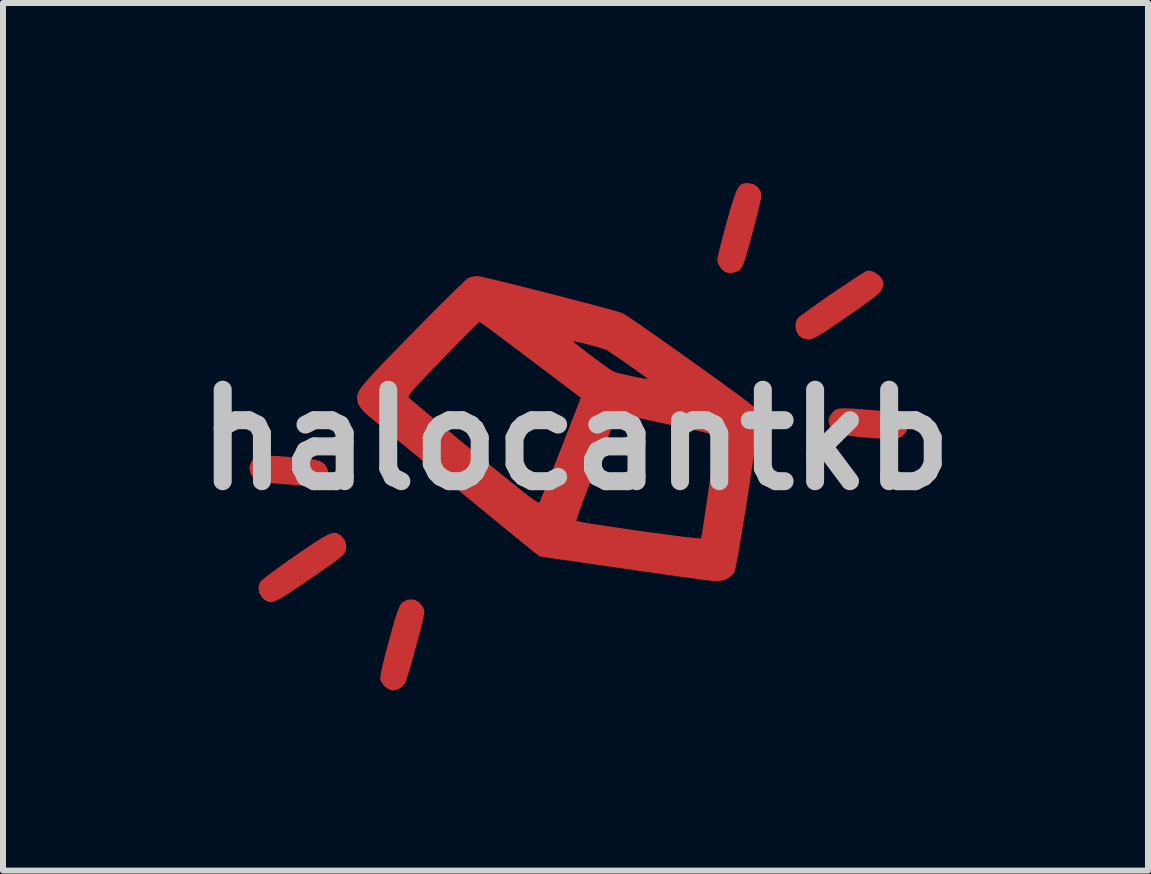
<source format=kicad_pcb>
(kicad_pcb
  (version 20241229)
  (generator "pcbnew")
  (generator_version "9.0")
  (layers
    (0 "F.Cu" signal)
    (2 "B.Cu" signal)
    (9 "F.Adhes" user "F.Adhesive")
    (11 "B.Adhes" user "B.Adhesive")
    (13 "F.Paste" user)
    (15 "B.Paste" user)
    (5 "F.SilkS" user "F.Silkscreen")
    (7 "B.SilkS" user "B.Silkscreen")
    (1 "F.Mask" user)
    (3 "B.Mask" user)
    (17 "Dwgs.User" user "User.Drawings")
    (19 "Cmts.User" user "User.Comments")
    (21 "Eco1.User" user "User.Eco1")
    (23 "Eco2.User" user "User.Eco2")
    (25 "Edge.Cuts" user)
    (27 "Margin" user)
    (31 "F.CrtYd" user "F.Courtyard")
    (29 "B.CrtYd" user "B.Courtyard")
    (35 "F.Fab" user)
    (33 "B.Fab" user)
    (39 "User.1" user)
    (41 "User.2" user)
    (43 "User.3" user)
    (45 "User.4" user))
  (footprint "halocantkb"
    (layer "F.Cu")
    (at 6.539 4.278)
    (property "Reference" "halocantkb" (at 0 0 0) (layer "Dwgs.User") (effects (font (size 1.524 1.524) (thickness 0.3))))
    (attr board_only exclude_from_pos_files exclude_from_bom)
    (fp_poly (pts (xy -5.013 0.268) (xy -4.837 0.28) (xy -4.764 0.286) (xy -4.582 0.301) (xy -4.443 0.316) (xy -4.34 0.333) (xy -4.265 0.353) (xy -4.212 0.379) (xy -4.175 0.412) (xy -4.147 0.455) (xy -4.135 0.477) (xy -4.118 0.561) (xy -4.14 0.641) (xy -4.195 0.711) (xy -4.272 0.762) (xy -4.362 0.786) (xy -4.458 0.776) (xy -4.463 0.775) (xy -4.495 0.77) (xy -4.567 0.763) (xy -4.67 0.754) (xy -4.797 0.743) (xy -4.893 0.736) (xy -5.043 0.724) (xy -5.152 0.715) (xy -5.229 0.705) (xy -5.281 0.693) (xy -5.317 0.678) (xy -5.345 0.658) (xy -5.366 0.637) (xy -5.419 0.555) (xy -5.433 0.462) (xy -5.41 0.374) (xy -5.353 0.302) (xy -5.296 0.269) (xy -5.246 0.263) (xy -5.151 0.262)) (stroke (width 0) (type solid)) (fill yes) (layer "F.Cu"))
    (fp_poly (pts (xy 2.97 -4.258) (xy 3.045 -4.203) (xy 3.09 -4.126) (xy 3.098 -4.075) (xy 3.092 -4.031) (xy 3.074 -3.949) (xy 3.048 -3.836) (xy 3.014 -3.702) (xy 2.976 -3.554) (xy 2.936 -3.402) (xy 2.896 -3.254) (xy 2.857 -3.119) (xy 2.823 -3.004) (xy 2.812 -2.969) (xy 2.764 -2.865) (xy 2.698 -2.804) (xy 2.607 -2.78) (xy 2.579 -2.779) (xy 2.505 -2.789) (xy 2.447 -2.829) (xy 2.424 -2.854) (xy 2.383 -2.92) (xy 2.362 -2.985) (xy 2.361 -2.996) (xy 2.368 -3.037) (xy 2.386 -3.119) (xy 2.414 -3.233) (xy 2.45 -3.371) (xy 2.491 -3.527) (xy 2.518 -3.626) (xy 2.572 -3.819) (xy 2.617 -3.97) (xy 2.655 -4.083) (xy 2.689 -4.165) (xy 2.722 -4.22) (xy 2.757 -4.254) (xy 2.796 -4.271) (xy 2.844 -4.278) (xy 2.876 -4.278)) (stroke (width 0) (type solid)) (fill yes) (layer "F.Cu"))
    (fp_poly (pts (xy 4.614 -0.52) (xy 4.75 -0.511) (xy 4.927 -0.497) (xy 4.991 -0.492) (xy 5.141 -0.48) (xy 5.25 -0.469) (xy 5.327 -0.459) (xy 5.379 -0.447) (xy 5.415 -0.432) (xy 5.444 -0.411) (xy 5.464 -0.392) (xy 5.52 -0.307) (xy 5.533 -0.216) (xy 5.509 -0.131) (xy 5.451 -0.062) (xy 5.363 -0.019) (xy 5.323 -0.013) (xy 5.265 -0.012) (xy 5.169 -0.015) (xy 5.046 -0.022) (xy 4.907 -0.032) (xy 4.819 -0.04) (xy 4.678 -0.053) (xy 4.55 -0.068) (xy 4.445 -0.082) (xy 4.372 -0.094) (xy 4.348 -0.101) (xy 4.285 -0.149) (xy 4.237 -0.225) (xy 4.215 -0.308) (xy 4.218 -0.353) (xy 4.247 -0.413) (xy 4.295 -0.471) (xy 4.295 -0.471) (xy 4.32 -0.493) (xy 4.348 -0.509) (xy 4.385 -0.519) (xy 4.437 -0.524) (xy 4.512 -0.525)) (stroke (width 0) (type solid)) (fill yes) (layer "F.Cu"))
    (fp_poly (pts (xy -3.982 1.553) (xy -3.943 1.57) (xy -3.903 1.598) (xy -3.902 1.599) (xy -3.842 1.675) (xy -3.818 1.77) (xy -3.834 1.864) (xy -3.847 1.887) (xy -3.868 1.913) (xy -3.902 1.946) (xy -3.953 1.987) (xy -4.024 2.041) (xy -4.121 2.11) (xy -4.246 2.197) (xy -4.403 2.305) (xy -4.597 2.437) (xy -4.616 2.45) (xy -4.768 2.551) (xy -4.885 2.625) (xy -4.976 2.674) (xy -5.046 2.699) (xy -5.101 2.703) (xy -5.149 2.687) (xy -5.194 2.653) (xy -5.215 2.633) (xy -5.273 2.545) (xy -5.283 2.45) (xy -5.254 2.367) (xy -5.227 2.339) (xy -5.164 2.288) (xy -5.071 2.217) (xy -4.955 2.132) (xy -4.821 2.035) (xy -4.674 1.933) (xy -4.671 1.931) (xy -4.493 1.809) (xy -4.35 1.713) (xy -4.237 1.641) (xy -4.149 1.592) (xy -4.08 1.562) (xy -4.026 1.55)) (stroke (width 0) (type solid)) (fill yes) (layer "F.Cu"))
    (fp_poly (pts (xy -2.622 2.694) (xy -2.554 2.765) (xy -2.542 2.787) (xy -2.53 2.815) (xy -2.522 2.843) (xy -2.521 2.878) (xy -2.527 2.927) (xy -2.541 2.996) (xy -2.564 3.092) (xy -2.597 3.22) (xy -2.643 3.388) (xy -2.654 3.431) (xy -2.699 3.593) (xy -2.741 3.743) (xy -2.779 3.872) (xy -2.811 3.974) (xy -2.833 4.04) (xy -2.841 4.058) (xy -2.889 4.114) (xy -2.954 4.153) (xy -3.014 4.172) (xy -3.051 4.176) (xy -3.091 4.165) (xy -3.11 4.157) (xy -3.186 4.104) (xy -3.243 4.025) (xy -3.255 3.994) (xy -3.254 3.955) (xy -3.239 3.874) (xy -3.214 3.756) (xy -3.178 3.609) (xy -3.133 3.436) (xy -3.111 3.354) (xy -3.059 3.165) (xy -3.017 3.018) (xy -2.982 2.906) (xy -2.954 2.826) (xy -2.93 2.77) (xy -2.908 2.733) (xy -2.888 2.711) (xy -2.802 2.664) (xy -2.709 2.659)) (stroke (width 0) (type solid)) (fill yes) (layer "F.Cu"))
    (fp_poly (pts (xy 4.93 -2.814) (xy 5.007 -2.778) (xy 5.076 -2.721) (xy 5.111 -2.67) (xy 5.131 -2.613) (xy 5.125 -2.558) (xy 5.111 -2.518) (xy 5.094 -2.487) (xy 5.064 -2.452) (xy 5.017 -2.408) (xy 4.947 -2.352) (xy 4.85 -2.28) (xy 4.722 -2.189) (xy 4.558 -2.075) (xy 4.525 -2.053) (xy 4.357 -1.937) (xy 4.224 -1.847) (xy 4.12 -1.78) (xy 4.041 -1.732) (xy 3.981 -1.7) (xy 3.936 -1.681) (xy 3.9 -1.673) (xy 3.879 -1.672) (xy 3.788 -1.688) (xy 3.724 -1.732) (xy 3.68 -1.806) (xy 3.663 -1.896) (xy 3.676 -1.983) (xy 3.697 -2.021) (xy 3.728 -2.049) (xy 3.792 -2.098) (xy 3.885 -2.166) (xy 3.998 -2.246) (xy 4.125 -2.336) (xy 4.26 -2.429) (xy 4.396 -2.521) (xy 4.527 -2.609) (xy 4.645 -2.687) (xy 4.744 -2.751) (xy 4.817 -2.796) (xy 4.858 -2.818) (xy 4.861 -2.819)) (stroke (width 0) (type solid)) (fill yes) (layer "F.Cu"))
    (fp_poly (pts (xy -1.596 -2.723) (xy -1.517 -2.706) (xy -1.402 -2.679) (xy -1.257 -2.644) (xy -1.087 -2.602) (xy -0.898 -2.555) (xy -0.696 -2.504) (xy -0.487 -2.451) (xy -0.276 -2.397) (xy -0.068 -2.343) (xy 0.129 -2.292) (xy 0.311 -2.244) (xy 0.472 -2.201) (xy 0.606 -2.164) (xy 0.707 -2.135) (xy 0.77 -2.116) (xy 0.78 -2.112) (xy 0.815 -2.093) (xy 0.885 -2.047) (xy 0.985 -1.979) (xy 1.111 -1.893) (xy 1.257 -1.79) (xy 1.421 -1.676) (xy 1.596 -1.552) (xy 1.778 -1.423) (xy 1.963 -1.291) (xy 2.145 -1.16) (xy 2.321 -1.034) (xy 2.485 -0.915) (xy 2.633 -0.807) (xy 2.76 -0.714) (xy 2.861 -0.638) (xy 2.932 -0.583) (xy 2.968 -0.552) (xy 2.969 -0.552) (xy 3.023 -0.485) (xy 3.045 -0.419) (xy 3.049 -0.363) (xy 3.045 -0.307) (xy 3.034 -0.209) (xy 3.017 -0.078) (xy 2.995 0.083) (xy 2.969 0.268) (xy 2.939 0.469) (xy 2.907 0.683) (xy 2.873 0.903) (xy 2.839 1.123) (xy 2.804 1.337) (xy 2.771 1.541) (xy 2.74 1.727) (xy 2.712 1.891) (xy 2.687 2.027) (xy 2.667 2.128) (xy 2.653 2.189) (xy 2.648 2.204) (xy 2.582 2.281) (xy 2.485 2.335) (xy 2.369 2.358) (xy 2.344 2.358) (xy 2.303 2.354) (xy 2.218 2.343) (xy 2.093 2.327) (xy 1.934 2.306) (xy 1.744 2.28) (xy 1.53 2.25) (xy 1.294 2.216) (xy 1.042 2.18) (xy 0.825 2.149) (xy -0.6 1.943) (xy -0.7 1.864) (xy -0.774 1.804) (xy -0.877 1.721) (xy -1.006 1.615) (xy -1.158 1.492) (xy -1.327 1.353) (xy -1.334 1.348) (xy 0.013 1.348) (xy 0.014 1.35) (xy 0.042 1.358) (xy 0.113 1.372) (xy 0.219 1.391) (xy 0.356 1.412) (xy 0.515 1.437) (xy 0.693 1.463) (xy 0.882 1.491) (xy 1.076 1.518) (xy 1.269 1.545) (xy 1.456 1.57) (xy 1.63 1.593) (xy 1.784 1.613) (xy 1.914 1.628) (xy 2.012 1.638) (xy 2.073 1.643) (xy 2.091 1.641) (xy 2.101 1.593) (xy 2.115 1.506) (xy 2.134 1.387) (xy 2.156 1.243) (xy 2.18 1.082) (xy 2.205 0.909) (xy 2.231 0.731) (xy 2.256 0.556) (xy 2.279 0.389) (xy 2.3 0.238) (xy 2.317 0.109) (xy 2.33 0.009) (xy 2.337 -0.055) (xy 2.338 -0.077) (xy 2.311 -0.086) (xy 2.242 -0.103) (xy 2.137 -0.128) (xy 2.001 -0.159) (xy 1.84 -0.195) (xy 1.659 -0.234) (xy 1.549 -0.257) (xy 1.359 -0.298) (xy 1.184 -0.335) (xy 1.029 -0.368) (xy 0.901 -0.396) (xy 0.805 -0.417) (xy 0.748 -0.429) (xy 0.736 -0.432) (xy 0.712 -0.426) (xy 0.684 -0.389) (xy 0.649 -0.316) (xy 0.608 -0.215) (xy 0.575 -0.131) (xy 0.527 -0.01) (xy 0.469 0.139) (xy 0.402 0.309) (xy 0.331 0.49) (xy 0.259 0.673) (xy 0.259 0.674) (xy 0.193 0.843) (xy 0.134 0.997) (xy 0.085 1.131) (xy 0.047 1.238) (xy 0.022 1.312) (xy 0.013 1.348) (xy -1.334 1.348) (xy -1.511 1.202) (xy -1.706 1.042) (xy -1.908 0.876) (xy -2.113 0.708) (xy -2.317 0.539) (xy -2.517 0.374) (xy -2.709 0.216) (xy -2.889 0.067) (xy -3.054 -0.069) (xy -3.199 -0.19) (xy -3.321 -0.291) (xy -3.416 -0.371) (xy -3.48 -0.425) (xy -3.509 -0.45) (xy -3.569 -0.518) (xy -3.614 -0.585) (xy -3.628 -0.621) (xy -3.636 -0.662) (xy -3.641 -0.699) (xy -3.64 -0.711) (xy -2.78 -0.711) (xy -2.774 -0.698) (xy -2.773 -0.697) (xy -2.748 -0.675) (xy -2.688 -0.625) (xy -2.597 -0.549) (xy -2.479 -0.451) (xy -2.338 -0.333) (xy -2.176 -0.2) (xy -1.998 -0.052) (xy -1.806 0.106) (xy -1.682 0.208) (xy -1.44 0.407) (xy -1.233 0.576) (xy -1.06 0.716) (xy -0.918 0.829) (xy -0.806 0.916) (xy -0.72 0.98) (xy -0.659 1.022) (xy -0.622 1.043) (xy -0.605 1.046) (xy -0.604 1.045) (xy -0.59 1.016) (xy -0.561 0.946) (xy -0.518 0.84) (xy -0.463 0.705) (xy -0.399 0.545) (xy -0.328 0.365) (xy -0.252 0.171) (xy -0.246 0.157) (xy 0.089 -0.7) (xy -0.749 -1.333) (xy -0.926 -1.467) (xy -1.091 -1.591) (xy -1.16 -1.642) (xy -0.038 -1.642) (xy -0.023 -1.625) (xy 0.025 -1.586) (xy 0.096 -1.529) (xy 0.185 -1.46) (xy 0.282 -1.386) (xy 0.381 -1.313) (xy 0.472 -1.246) (xy 0.55 -1.19) (xy 0.606 -1.152) (xy 0.629 -1.139) (xy 0.682 -1.122) (xy 0.761 -1.102) (xy 0.856 -1.079) (xy 0.956 -1.057) (xy 1.051 -1.037) (xy 1.131 -1.023) (xy 1.185 -1.015) (xy 1.204 -1.016) (xy 1.203 -1.017) (xy 1.165 -1.047) (xy 1.097 -1.096) (xy 1.008 -1.16) (xy 0.907 -1.231) (xy 0.801 -1.305) (xy 0.7 -1.375) (xy 0.612 -1.434) (xy 0.546 -1.478) (xy 0.51 -1.5) (xy 0.508 -1.501) (xy 0.457 -1.518) (xy 0.379 -1.542) (xy 0.284 -1.568) (xy 0.184 -1.595) (xy 0.09 -1.618) (xy 0.015 -1.635) (xy -0.03 -1.643) (xy -0.038 -1.642) (xy -1.16 -1.642) (xy -1.24 -1.703) (xy -1.369 -1.799) (xy -1.473 -1.876) (xy -1.549 -1.931) (xy -1.592 -1.961) (xy -1.6 -1.966) (xy -1.62 -1.95) (xy -1.67 -1.901) (xy -1.746 -1.826) (xy -1.844 -1.727) (xy -1.961 -1.608) (xy -2.091 -1.475) (xy -2.212 -1.351) (xy -2.372 -1.186) (xy -2.5 -1.052) (xy -2.6 -0.946) (xy -2.675 -0.865) (xy -2.727 -0.804) (xy -2.76 -0.76) (xy -2.777 -0.731) (xy -2.78 -0.711) (xy -3.64 -0.711) (xy -3.638 -0.737) (xy -3.626 -0.778) (xy -3.602 -0.825) (xy -3.563 -0.882) (xy -3.507 -0.952) (xy -3.431 -1.039) (xy -3.333 -1.145) (xy -3.211 -1.274) (xy -3.06 -1.429) (xy -2.88 -1.614) (xy -2.734 -1.763) (xy -2.561 -1.939) (xy -2.398 -2.104) (xy -2.246 -2.256) (xy -2.11 -2.391) (xy -1.993 -2.506) (xy -1.9 -2.596) (xy -1.832 -2.66) (xy -1.794 -2.692) (xy -1.79 -2.695) (xy -1.718 -2.719) (xy -1.636 -2.729) (xy -1.633 -2.729)) (stroke (width 0) (type solid)) (fill yes) (layer "F.Cu"))
    (fp_poly (pts (xy -5.013 0.268) (xy -4.837 0.28) (xy -4.764 0.286) (xy -4.582 0.301) (xy -4.443 0.316) (xy -4.34 0.333) (xy -4.265 0.353) (xy -4.212 0.379) (xy -4.175 0.412) (xy -4.147 0.455) (xy -4.135 0.477) (xy -4.118 0.561) (xy -4.14 0.641) (xy -4.195 0.711) (xy -4.272 0.762) (xy -4.362 0.786) (xy -4.458 0.776) (xy -4.463 0.775) (xy -4.495 0.77) (xy -4.567 0.763) (xy -4.67 0.754) (xy -4.797 0.743) (xy -4.893 0.736) (xy -5.043 0.724) (xy -5.152 0.715) (xy -5.229 0.705) (xy -5.281 0.693) (xy -5.317 0.678) (xy -5.345 0.658) (xy -5.366 0.637) (xy -5.419 0.555) (xy -5.433 0.462) (xy -5.41 0.374) (xy -5.353 0.302) (xy -5.296 0.269) (xy -5.246 0.263) (xy -5.151 0.262)) (stroke (width 0) (type solid)) (fill yes) (layer "F.Mask"))
    (fp_poly (pts (xy 2.97 -4.258) (xy 3.045 -4.203) (xy 3.09 -4.126) (xy 3.098 -4.075) (xy 3.092 -4.031) (xy 3.074 -3.949) (xy 3.048 -3.836) (xy 3.014 -3.702) (xy 2.976 -3.554) (xy 2.936 -3.402) (xy 2.896 -3.254) (xy 2.857 -3.119) (xy 2.823 -3.004) (xy 2.812 -2.969) (xy 2.764 -2.865) (xy 2.698 -2.804) (xy 2.607 -2.78) (xy 2.579 -2.779) (xy 2.505 -2.789) (xy 2.447 -2.829) (xy 2.424 -2.854) (xy 2.383 -2.92) (xy 2.362 -2.985) (xy 2.361 -2.996) (xy 2.368 -3.037) (xy 2.386 -3.119) (xy 2.414 -3.233) (xy 2.45 -3.371) (xy 2.491 -3.527) (xy 2.518 -3.626) (xy 2.572 -3.819) (xy 2.617 -3.97) (xy 2.655 -4.083) (xy 2.689 -4.165) (xy 2.722 -4.22) (xy 2.757 -4.254) (xy 2.796 -4.271) (xy 2.844 -4.278) (xy 2.876 -4.278)) (stroke (width 0) (type solid)) (fill yes) (layer "F.Mask"))
    (fp_poly (pts (xy 4.614 -0.52) (xy 4.75 -0.511) (xy 4.927 -0.497) (xy 4.991 -0.492) (xy 5.141 -0.48) (xy 5.25 -0.469) (xy 5.327 -0.459) (xy 5.379 -0.447) (xy 5.415 -0.432) (xy 5.444 -0.411) (xy 5.464 -0.392) (xy 5.52 -0.307) (xy 5.533 -0.216) (xy 5.509 -0.131) (xy 5.451 -0.062) (xy 5.363 -0.019) (xy 5.323 -0.013) (xy 5.265 -0.012) (xy 5.169 -0.015) (xy 5.046 -0.022) (xy 4.907 -0.032) (xy 4.819 -0.04) (xy 4.678 -0.053) (xy 4.55 -0.068) (xy 4.445 -0.082) (xy 4.372 -0.094) (xy 4.348 -0.101) (xy 4.285 -0.149) (xy 4.237 -0.225) (xy 4.215 -0.308) (xy 4.218 -0.353) (xy 4.247 -0.413) (xy 4.295 -0.471) (xy 4.295 -0.471) (xy 4.32 -0.493) (xy 4.348 -0.509) (xy 4.385 -0.519) (xy 4.437 -0.524) (xy 4.512 -0.525)) (stroke (width 0) (type solid)) (fill yes) (layer "F.Mask"))
    (fp_poly (pts (xy -3.982 1.553) (xy -3.943 1.57) (xy -3.903 1.598) (xy -3.902 1.599) (xy -3.842 1.675) (xy -3.818 1.77) (xy -3.834 1.864) (xy -3.847 1.887) (xy -3.868 1.913) (xy -3.902 1.946) (xy -3.953 1.987) (xy -4.024 2.041) (xy -4.121 2.11) (xy -4.246 2.197) (xy -4.403 2.305) (xy -4.597 2.437) (xy -4.616 2.45) (xy -4.768 2.551) (xy -4.885 2.625) (xy -4.976 2.674) (xy -5.046 2.699) (xy -5.101 2.703) (xy -5.149 2.687) (xy -5.194 2.653) (xy -5.215 2.633) (xy -5.273 2.545) (xy -5.283 2.45) (xy -5.254 2.367) (xy -5.227 2.339) (xy -5.164 2.288) (xy -5.071 2.217) (xy -4.955 2.132) (xy -4.821 2.035) (xy -4.674 1.933) (xy -4.671 1.931) (xy -4.493 1.809) (xy -4.35 1.713) (xy -4.237 1.641) (xy -4.149 1.592) (xy -4.08 1.562) (xy -4.026 1.55)) (stroke (width 0) (type solid)) (fill yes) (layer "F.Mask"))
    (fp_poly (pts (xy -2.622 2.694) (xy -2.554 2.765) (xy -2.542 2.787) (xy -2.53 2.815) (xy -2.522 2.843) (xy -2.521 2.878) (xy -2.527 2.927) (xy -2.541 2.996) (xy -2.564 3.092) (xy -2.597 3.22) (xy -2.643 3.388) (xy -2.654 3.431) (xy -2.699 3.593) (xy -2.741 3.743) (xy -2.779 3.872) (xy -2.811 3.974) (xy -2.833 4.04) (xy -2.841 4.058) (xy -2.889 4.114) (xy -2.954 4.153) (xy -3.014 4.172) (xy -3.051 4.176) (xy -3.091 4.165) (xy -3.11 4.157) (xy -3.186 4.104) (xy -3.243 4.025) (xy -3.255 3.994) (xy -3.254 3.955) (xy -3.239 3.874) (xy -3.214 3.756) (xy -3.178 3.609) (xy -3.133 3.436) (xy -3.111 3.354) (xy -3.059 3.165) (xy -3.017 3.018) (xy -2.982 2.906) (xy -2.954 2.826) (xy -2.93 2.77) (xy -2.908 2.733) (xy -2.888 2.711) (xy -2.802 2.664) (xy -2.709 2.659)) (stroke (width 0) (type solid)) (fill yes) (layer "F.Mask"))
    (fp_poly (pts (xy 4.93 -2.814) (xy 5.007 -2.778) (xy 5.076 -2.721) (xy 5.111 -2.67) (xy 5.131 -2.613) (xy 5.125 -2.558) (xy 5.111 -2.518) (xy 5.094 -2.487) (xy 5.064 -2.452) (xy 5.017 -2.408) (xy 4.947 -2.352) (xy 4.85 -2.28) (xy 4.722 -2.189) (xy 4.558 -2.075) (xy 4.525 -2.053) (xy 4.357 -1.937) (xy 4.224 -1.847) (xy 4.12 -1.78) (xy 4.041 -1.732) (xy 3.981 -1.7) (xy 3.936 -1.681) (xy 3.9 -1.673) (xy 3.879 -1.672) (xy 3.788 -1.688) (xy 3.724 -1.732) (xy 3.68 -1.806) (xy 3.663 -1.896) (xy 3.676 -1.983) (xy 3.697 -2.021) (xy 3.728 -2.049) (xy 3.792 -2.098) (xy 3.885 -2.166) (xy 3.998 -2.246) (xy 4.125 -2.336) (xy 4.26 -2.429) (xy 4.396 -2.521) (xy 4.527 -2.609) (xy 4.645 -2.687) (xy 4.744 -2.751) (xy 4.817 -2.796) (xy 4.858 -2.818) (xy 4.861 -2.819)) (stroke (width 0) (type solid)) (fill yes) (layer "F.Mask"))
    (fp_poly (pts (xy -1.596 -2.723) (xy -1.517 -2.706) (xy -1.402 -2.679) (xy -1.257 -2.644) (xy -1.087 -2.602) (xy -0.898 -2.555) (xy -0.696 -2.504) (xy -0.487 -2.451) (xy -0.276 -2.397) (xy -0.068 -2.343) (xy 0.129 -2.292) (xy 0.311 -2.244) (xy 0.472 -2.201) (xy 0.606 -2.164) (xy 0.707 -2.135) (xy 0.77 -2.116) (xy 0.78 -2.112) (xy 0.815 -2.093) (xy 0.885 -2.047) (xy 0.985 -1.979) (xy 1.111 -1.893) (xy 1.257 -1.79) (xy 1.421 -1.676) (xy 1.596 -1.552) (xy 1.778 -1.423) (xy 1.963 -1.291) (xy 2.145 -1.16) (xy 2.321 -1.034) (xy 2.485 -0.915) (xy 2.633 -0.807) (xy 2.76 -0.714) (xy 2.861 -0.638) (xy 2.932 -0.583) (xy 2.968 -0.552) (xy 2.969 -0.552) (xy 3.023 -0.485) (xy 3.045 -0.419) (xy 3.049 -0.363) (xy 3.045 -0.307) (xy 3.034 -0.209) (xy 3.017 -0.078) (xy 2.995 0.083) (xy 2.969 0.268) (xy 2.939 0.469) (xy 2.907 0.683) (xy 2.873 0.903) (xy 2.839 1.123) (xy 2.804 1.337) (xy 2.771 1.541) (xy 2.74 1.727) (xy 2.712 1.891) (xy 2.687 2.027) (xy 2.667 2.128) (xy 2.653 2.189) (xy 2.648 2.204) (xy 2.582 2.281) (xy 2.485 2.335) (xy 2.369 2.358) (xy 2.344 2.358) (xy 2.303 2.354) (xy 2.218 2.343) (xy 2.093 2.327) (xy 1.934 2.306) (xy 1.744 2.28) (xy 1.53 2.25) (xy 1.294 2.216) (xy 1.042 2.18) (xy 0.825 2.149) (xy -0.6 1.943) (xy -0.7 1.864) (xy -0.774 1.804) (xy -0.877 1.721) (xy -1.006 1.615) (xy -1.158 1.492) (xy -1.327 1.353) (xy -1.334 1.348) (xy 0.013 1.348) (xy 0.014 1.35) (xy 0.042 1.358) (xy 0.113 1.372) (xy 0.219 1.391) (xy 0.356 1.412) (xy 0.515 1.437) (xy 0.693 1.463) (xy 0.882 1.491) (xy 1.076 1.518) (xy 1.269 1.545) (xy 1.456 1.57) (xy 1.63 1.593) (xy 1.784 1.613) (xy 1.914 1.628) (xy 2.012 1.638) (xy 2.073 1.643) (xy 2.091 1.641) (xy 2.101 1.593) (xy 2.115 1.506) (xy 2.134 1.387) (xy 2.156 1.243) (xy 2.18 1.082) (xy 2.205 0.909) (xy 2.231 0.731) (xy 2.256 0.556) (xy 2.279 0.389) (xy 2.3 0.238) (xy 2.317 0.109) (xy 2.33 0.009) (xy 2.337 -0.055) (xy 2.338 -0.077) (xy 2.311 -0.086) (xy 2.242 -0.103) (xy 2.137 -0.128) (xy 2.001 -0.159) (xy 1.84 -0.195) (xy 1.659 -0.234) (xy 1.549 -0.257) (xy 1.359 -0.298) (xy 1.184 -0.335) (xy 1.029 -0.368) (xy 0.901 -0.396) (xy 0.805 -0.417) (xy 0.748 -0.429) (xy 0.736 -0.432) (xy 0.712 -0.426) (xy 0.684 -0.389) (xy 0.649 -0.316) (xy 0.608 -0.215) (xy 0.575 -0.131) (xy 0.527 -0.01) (xy 0.469 0.139) (xy 0.402 0.309) (xy 0.331 0.49) (xy 0.259 0.673) (xy 0.259 0.674) (xy 0.193 0.843) (xy 0.134 0.997) (xy 0.085 1.131) (xy 0.047 1.238) (xy 0.022 1.312) (xy 0.013 1.348) (xy -1.334 1.348) (xy -1.511 1.202) (xy -1.706 1.042) (xy -1.908 0.876) (xy -2.113 0.708) (xy -2.317 0.539) (xy -2.517 0.374) (xy -2.709 0.216) (xy -2.889 0.067) (xy -3.054 -0.069) (xy -3.199 -0.19) (xy -3.321 -0.291) (xy -3.416 -0.371) (xy -3.48 -0.425) (xy -3.509 -0.45) (xy -3.569 -0.518) (xy -3.614 -0.585) (xy -3.628 -0.621) (xy -3.636 -0.662) (xy -3.641 -0.699) (xy -3.64 -0.711) (xy -2.78 -0.711) (xy -2.774 -0.698) (xy -2.773 -0.697) (xy -2.748 -0.675) (xy -2.688 -0.625) (xy -2.597 -0.549) (xy -2.479 -0.451) (xy -2.338 -0.333) (xy -2.176 -0.2) (xy -1.998 -0.052) (xy -1.806 0.106) (xy -1.682 0.208) (xy -1.44 0.407) (xy -1.233 0.576) (xy -1.06 0.716) (xy -0.918 0.829) (xy -0.806 0.916) (xy -0.72 0.98) (xy -0.659 1.022) (xy -0.622 1.043) (xy -0.605 1.046) (xy -0.604 1.045) (xy -0.59 1.016) (xy -0.561 0.946) (xy -0.518 0.84) (xy -0.463 0.705) (xy -0.399 0.545) (xy -0.328 0.365) (xy -0.252 0.171) (xy -0.246 0.157) (xy 0.089 -0.7) (xy -0.749 -1.333) (xy -0.926 -1.467) (xy -1.091 -1.591) (xy -1.16 -1.642) (xy -0.038 -1.642) (xy -0.023 -1.625) (xy 0.025 -1.586) (xy 0.096 -1.529) (xy 0.185 -1.46) (xy 0.282 -1.386) (xy 0.381 -1.313) (xy 0.472 -1.246) (xy 0.55 -1.19) (xy 0.606 -1.152) (xy 0.629 -1.139) (xy 0.682 -1.122) (xy 0.761 -1.102) (xy 0.856 -1.079) (xy 0.956 -1.057) (xy 1.051 -1.037) (xy 1.131 -1.023) (xy 1.185 -1.015) (xy 1.204 -1.016) (xy 1.203 -1.017) (xy 1.165 -1.047) (xy 1.097 -1.096) (xy 1.008 -1.16) (xy 0.907 -1.231) (xy 0.801 -1.305) (xy 0.7 -1.375) (xy 0.612 -1.434) (xy 0.546 -1.478) (xy 0.51 -1.5) (xy 0.508 -1.501) (xy 0.457 -1.518) (xy 0.379 -1.542) (xy 0.284 -1.568) (xy 0.184 -1.595) (xy 0.09 -1.618) (xy 0.015 -1.635) (xy -0.03 -1.643) (xy -0.038 -1.642) (xy -1.16 -1.642) (xy -1.24 -1.703) (xy -1.369 -1.799) (xy -1.473 -1.876) (xy -1.549 -1.931) (xy -1.592 -1.961) (xy -1.6 -1.966) (xy -1.62 -1.95) (xy -1.67 -1.901) (xy -1.746 -1.826) (xy -1.844 -1.727) (xy -1.961 -1.608) (xy -2.091 -1.475) (xy -2.212 -1.351) (xy -2.372 -1.186) (xy -2.5 -1.052) (xy -2.6 -0.946) (xy -2.675 -0.865) (xy -2.727 -0.804) (xy -2.76 -0.76) (xy -2.777 -0.731) (xy -2.78 -0.711) (xy -3.64 -0.711) (xy -3.638 -0.737) (xy -3.626 -0.778) (xy -3.602 -0.825) (xy -3.563 -0.882) (xy -3.507 -0.952) (xy -3.431 -1.039) (xy -3.333 -1.145) (xy -3.211 -1.274) (xy -3.06 -1.429) (xy -2.88 -1.614) (xy -2.734 -1.763) (xy -2.561 -1.939) (xy -2.398 -2.104) (xy -2.246 -2.256) (xy -2.11 -2.391) (xy -1.993 -2.506) (xy -1.9 -2.596) (xy -1.832 -2.66) (xy -1.794 -2.692) (xy -1.79 -2.695) (xy -1.718 -2.719) (xy -1.636 -2.729) (xy -1.633 -2.729)) (stroke (width 0) (type solid)) (fill yes) (layer "F.Mask")))
  (gr_rect
    (start -3 -3)
    (end 16.077 11.455)
    (stroke (width 0.1) (type default))
    (fill no)
    (layer "Edge.Cuts")))
</source>
